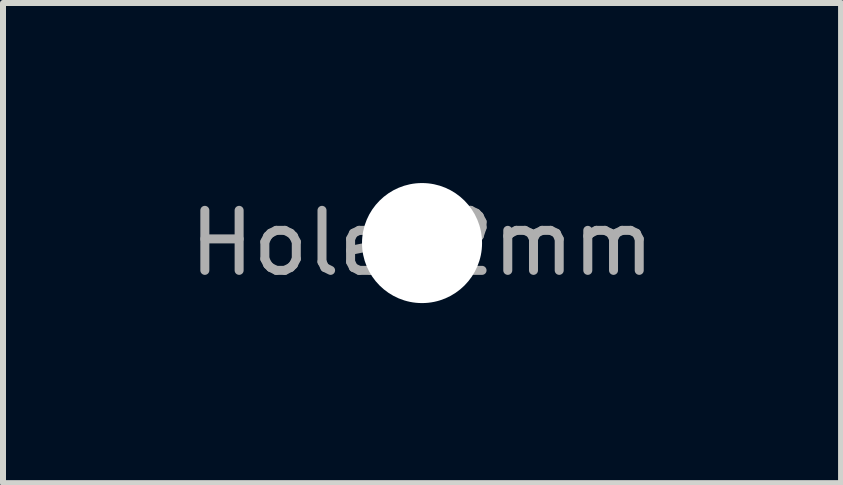
<source format=kicad_pcb>
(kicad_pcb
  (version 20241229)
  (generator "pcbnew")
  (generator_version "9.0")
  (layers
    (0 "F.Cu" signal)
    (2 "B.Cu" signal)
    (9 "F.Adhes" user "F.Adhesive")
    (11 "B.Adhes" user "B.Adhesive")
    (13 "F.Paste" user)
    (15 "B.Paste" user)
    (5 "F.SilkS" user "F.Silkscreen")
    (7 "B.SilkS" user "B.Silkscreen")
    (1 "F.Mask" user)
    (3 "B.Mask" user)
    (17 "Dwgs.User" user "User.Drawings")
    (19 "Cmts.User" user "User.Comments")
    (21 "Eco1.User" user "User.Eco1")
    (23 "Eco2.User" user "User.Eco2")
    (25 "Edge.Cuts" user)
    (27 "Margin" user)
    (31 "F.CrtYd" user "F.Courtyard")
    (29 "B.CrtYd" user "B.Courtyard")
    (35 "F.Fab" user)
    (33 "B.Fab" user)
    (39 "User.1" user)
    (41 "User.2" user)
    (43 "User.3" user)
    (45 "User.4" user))
  (footprint "Hole_2mm"
    (layer "F.Cu")
    (at 3.982 1)
    (property "Reference" "Hole_2mm" (at 0 0 0) (layer "F.Fab") (effects (font (size 1 1) (thickness 0.15))))
    (attr through_hole)
    (pad "" np_thru_hole circle (at 0 0 270) (size 2 2) (drill 2) (layers "*.Cu" "*.Mask")))
  (gr_rect
    (start -3 -3)
    (end 10.964 5)
    (stroke (width 0.1) (type default))
    (fill no)
    (layer "Edge.Cuts")))
</source>
